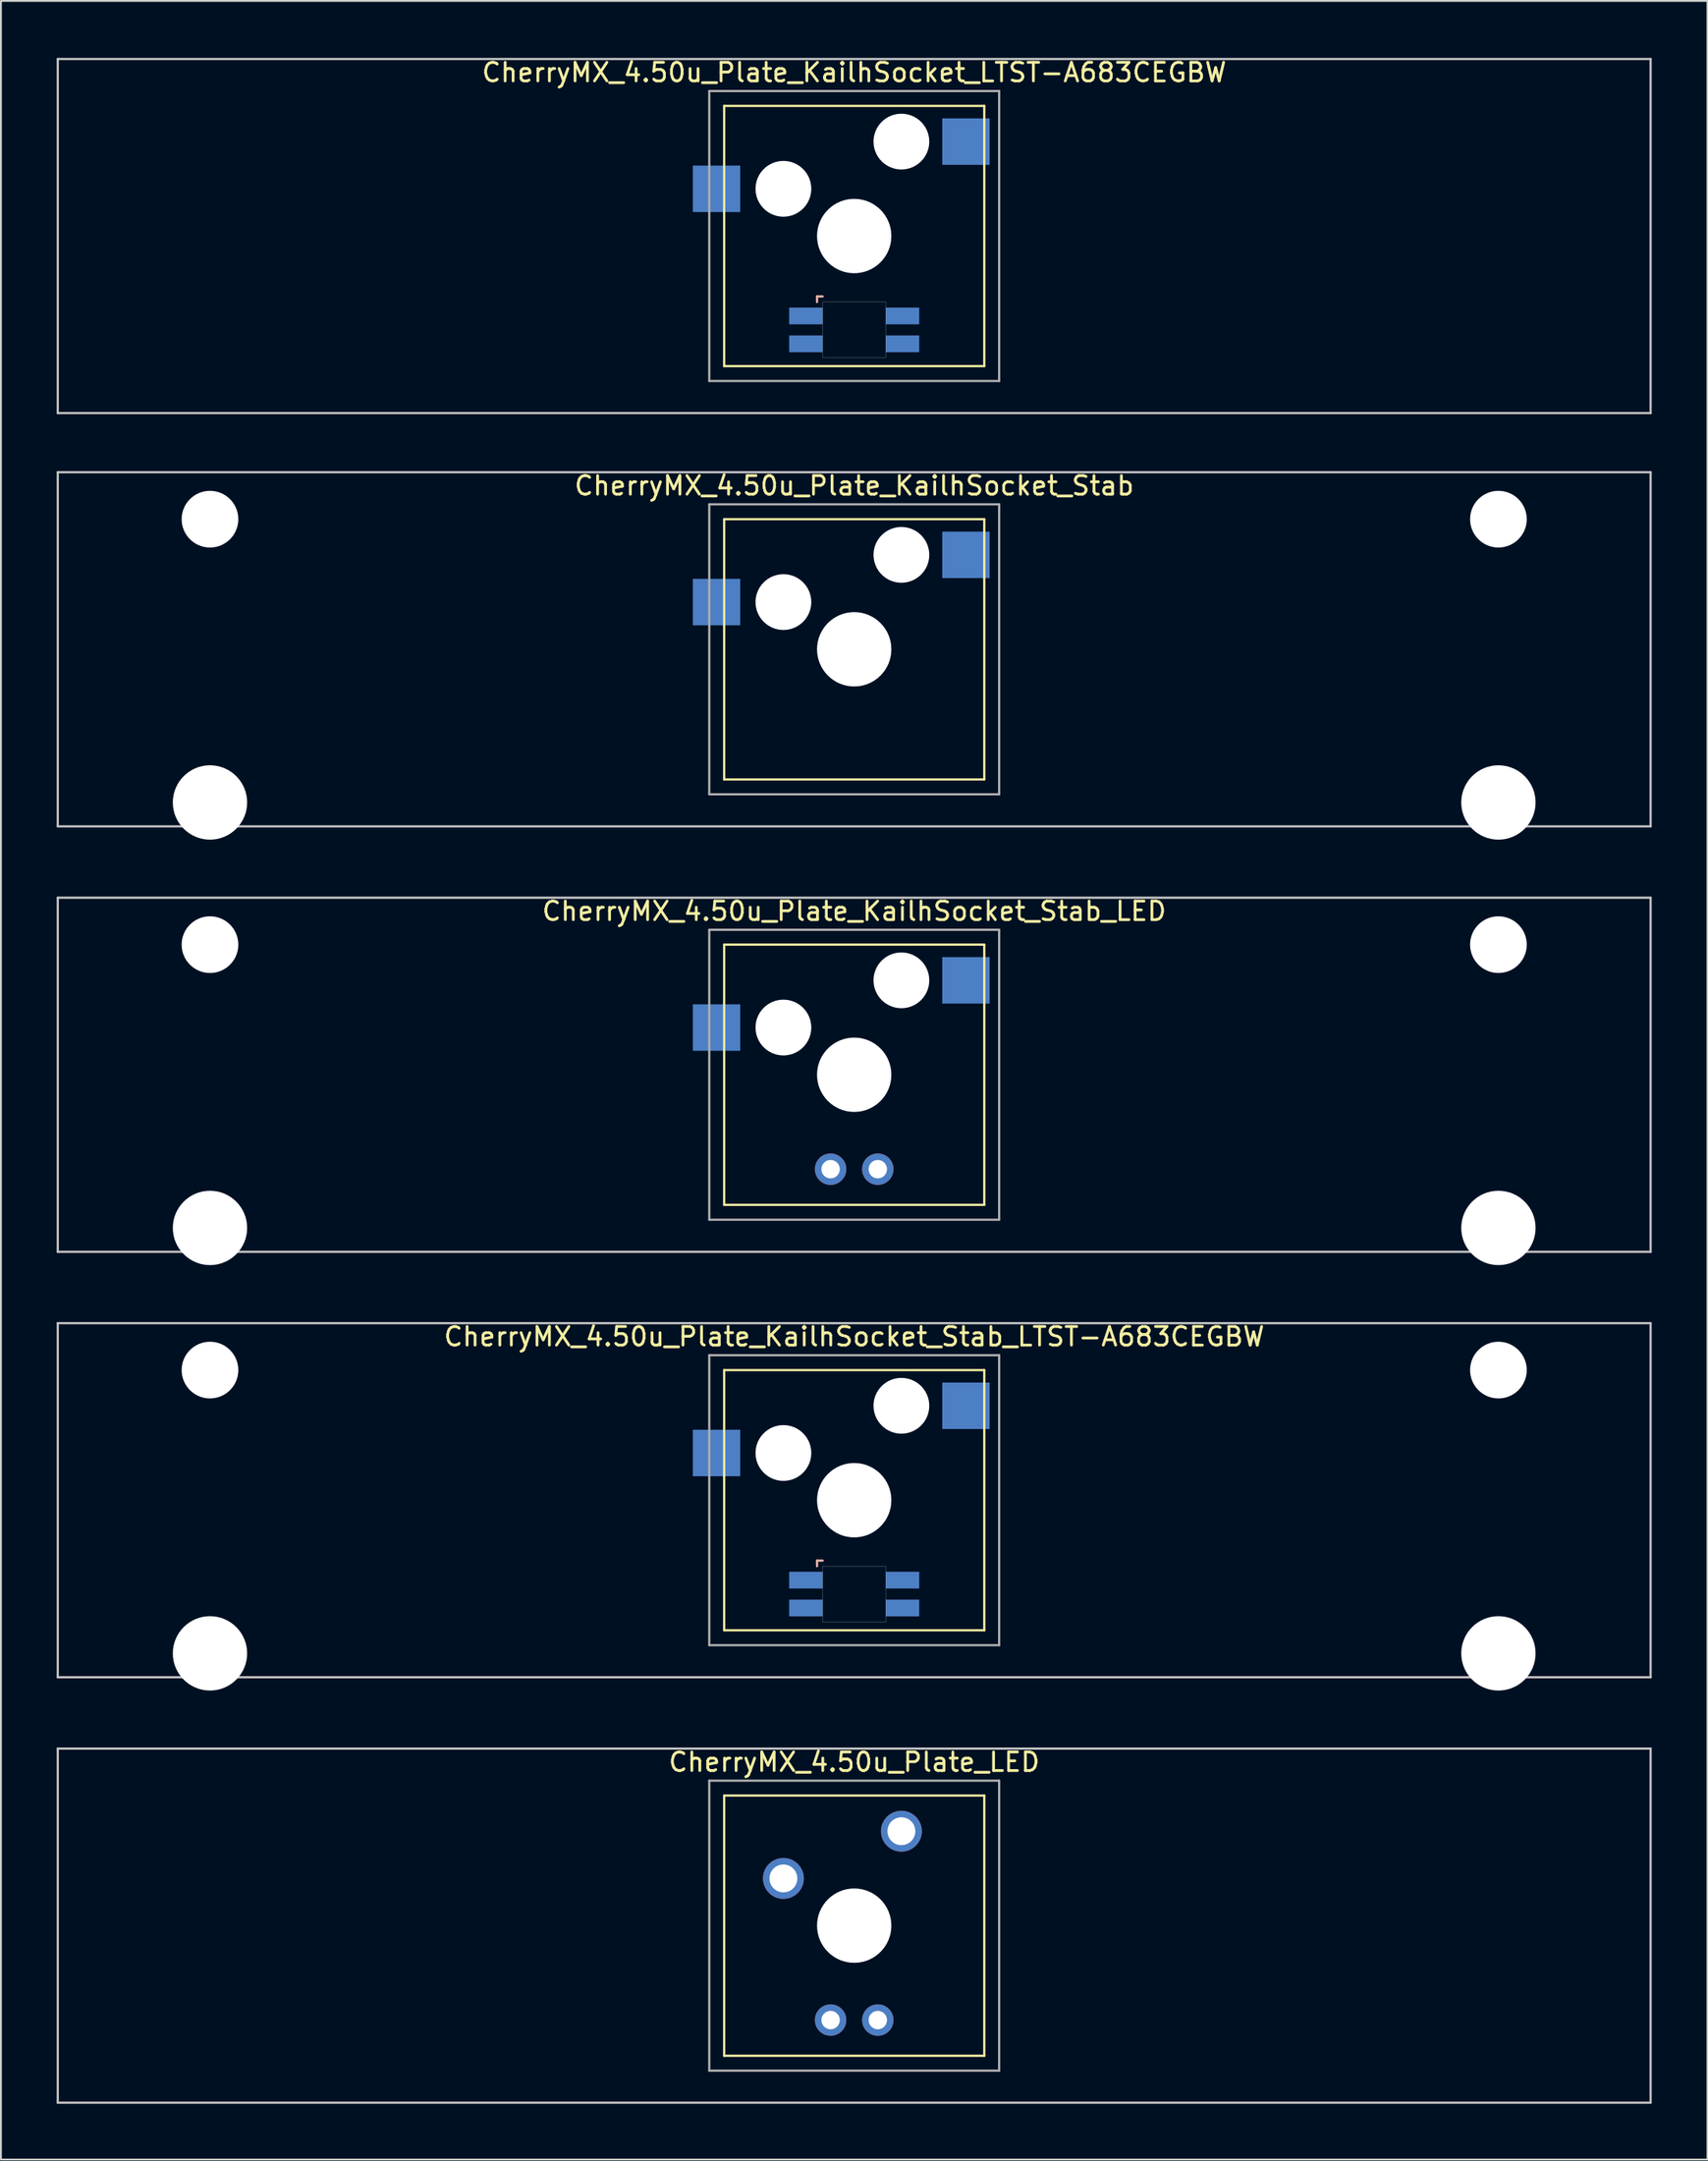
<source format=kicad_pcb>
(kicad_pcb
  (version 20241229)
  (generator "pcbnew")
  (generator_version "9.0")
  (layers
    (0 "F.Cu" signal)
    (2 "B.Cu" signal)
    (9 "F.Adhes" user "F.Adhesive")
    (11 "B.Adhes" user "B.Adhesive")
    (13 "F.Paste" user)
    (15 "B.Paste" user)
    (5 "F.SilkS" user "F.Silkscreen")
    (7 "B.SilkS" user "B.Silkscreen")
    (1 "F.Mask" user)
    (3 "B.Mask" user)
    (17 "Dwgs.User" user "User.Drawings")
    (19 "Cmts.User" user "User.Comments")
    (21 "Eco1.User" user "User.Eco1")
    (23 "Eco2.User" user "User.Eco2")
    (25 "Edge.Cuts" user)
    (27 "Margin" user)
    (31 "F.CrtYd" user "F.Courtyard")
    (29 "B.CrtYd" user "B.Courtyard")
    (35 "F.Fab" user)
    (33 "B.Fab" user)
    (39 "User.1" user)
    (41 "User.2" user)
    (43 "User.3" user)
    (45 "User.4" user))
  (footprint "CherryMX_4.50u_Plate_KailhSocket_Stab_LTST-A683CEGBW"
    (layer "F.Cu")
    (at 42.922 77.658)
    (property "Reference" "CherryMX_4.50u_Plate_KailhSocket_Stab_LTST-A683CEGBW" (at 0 -8.8 0) (layer "F.SilkS") (effects (font (size 1 1) (thickness 0.15))))
    (attr through_hole)
    (fp_line (start -7 -7) (end -7 7) (stroke (width 0.12) (type solid)) (layer "F.SilkS"))
    (fp_line (start -7 -7) (end 7 -7) (stroke (width 0.12) (type solid)) (layer "F.SilkS"))
    (fp_line (start 7 -7) (end 7 7) (stroke (width 0.12) (type solid)) (layer "F.SilkS"))
    (fp_line (start 7 7) (end -7 7) (stroke (width 0.12) (type solid)) (layer "F.SilkS"))
    (fp_line (start -2 3.25) (end -2 3.55) (stroke (width 0.12) (type solid)) (layer "B.SilkS"))
    (fp_line (start -1.7 3.25) (end -2 3.25) (stroke (width 0.12) (type solid)) (layer "B.SilkS"))
    (fp_line (start -42.862 -9.525) (end 42.862 -9.525) (stroke (width 0.12) (type solid)) (layer "Dwgs.User"))
    (fp_line (start -42.862 9.525) (end -42.862 -9.525) (stroke (width 0.12) (type solid)) (layer "Dwgs.User"))
    (fp_line (start 42.862 -9.525) (end 42.862 9.525) (stroke (width 0.12) (type solid)) (layer "Dwgs.User"))
    (fp_line (start 42.862 9.525) (end -42.862 9.525) (stroke (width 0.12) (type solid)) (layer "Dwgs.User"))
    (fp_poly (pts (xy 1.7 6.55) (xy -1.7 6.55) (xy -1.7 3.55) (xy 1.7 3.55)) (stroke (width 0.01) (type solid)) (fill no) (layer "Edge.Cuts"))
    (fp_line (start -7.8 -7.8) (end -7.8 7.8) (stroke (width 0.12) (type solid)) (layer "F.Fab"))
    (fp_line (start -7.8 -7.8) (end 7.8 -7.8) (stroke (width 0.12) (type solid)) (layer "F.Fab"))
    (fp_line (start -7.8 7.8) (end 7.8 7.8) (stroke (width 0.12) (type solid)) (layer "F.Fab"))
    (fp_line (start 7.8 -7.8) (end 7.8 7.8) (stroke (width 0.12) (type solid)) (layer "F.Fab"))
    (pad "" np_thru_hole circle (at -34.671 -7) (size 3.05 3.05) (drill 3.05) (layers "*.Cu" "*.Mask"))
    (pad "" np_thru_hole circle (at -34.671 8.24) (size 4 4) (drill 4) (layers "*.Cu" "*.Mask"))
    (pad "" np_thru_hole circle (at -3.81 -2.54) (size 3 3) (drill 3) (layers "*.Cu" "*.Mask"))
    (pad "" np_thru_hole circle (at 0 0) (size 4 4) (drill 4) (layers "*.Cu" "*.Mask"))
    (pad "" np_thru_hole circle (at 2.54 -5.08) (size 3 3) (drill 3) (layers "*.Cu" "*.Mask"))
    (pad "" np_thru_hole circle (at 34.671 -7) (size 3.05 3.05) (drill 3.05) (layers "*.Cu" "*.Mask"))
    (pad "" np_thru_hole circle (at 34.671 8.24) (size 4 4) (drill 4) (layers "*.Cu" "*.Mask"))
    (pad "1" smd rect (at -7.41 -2.54) (size 2.55 2.5) (layers "B.Cu" "B.Mask" "B.Paste"))
    (pad "2" smd rect (at 6.015 -5.08) (size 2.55 2.5) (layers "B.Cu" "B.Mask" "B.Paste"))
    (pad "3" smd rect (at -2.6 4.3) (size 1.8 0.9) (layers "B.Cu" "B.Mask" "B.Paste"))
    (pad "4" smd rect (at -2.6 5.8) (size 1.8 0.9) (layers "B.Cu" "B.Mask" "B.Paste"))
    (pad "5" smd rect (at 2.6 4.3) (size 1.8 0.9) (layers "B.Cu" "B.Mask" "B.Paste"))
    (pad "6" smd rect (at 2.6 5.8) (size 1.8 0.9) (layers "B.Cu" "B.Mask" "B.Paste")))
  (footprint "CherryMX_4.50u_Plate_LED"
    (layer "F.Cu")
    (at 42.922 100.546)
    (property "Reference" "CherryMX_4.50u_Plate_LED" (at 0 -8.8 0) (layer "F.SilkS") (effects (font (size 1 1) (thickness 0.15))))
    (attr through_hole)
    (fp_line (start -7 -7) (end -7 7) (stroke (width 0.12) (type solid)) (layer "F.SilkS"))
    (fp_line (start -7 -7) (end 7 -7) (stroke (width 0.12) (type solid)) (layer "F.SilkS"))
    (fp_line (start 7 -7) (end 7 7) (stroke (width 0.12) (type solid)) (layer "F.SilkS"))
    (fp_line (start 7 7) (end -7 7) (stroke (width 0.12) (type solid)) (layer "F.SilkS"))
    (fp_line (start -42.862 -9.525) (end 42.862 -9.525) (stroke (width 0.12) (type solid)) (layer "Dwgs.User"))
    (fp_line (start -42.862 9.525) (end -42.862 -9.525) (stroke (width 0.12) (type solid)) (layer "Dwgs.User"))
    (fp_line (start 42.862 -9.525) (end 42.862 9.525) (stroke (width 0.12) (type solid)) (layer "Dwgs.User"))
    (fp_line (start 42.862 9.525) (end -42.862 9.525) (stroke (width 0.12) (type solid)) (layer "Dwgs.User"))
    (fp_line (start -7.8 -7.8) (end -7.8 7.8) (stroke (width 0.12) (type solid)) (layer "F.Fab"))
    (fp_line (start -7.8 -7.8) (end 7.8 -7.8) (stroke (width 0.12) (type solid)) (layer "F.Fab"))
    (fp_line (start -7.8 7.8) (end 7.8 7.8) (stroke (width 0.12) (type solid)) (layer "F.Fab"))
    (fp_line (start 7.8 -7.8) (end 7.8 7.8) (stroke (width 0.12) (type solid)) (layer "F.Fab"))
    (pad "" np_thru_hole circle (at 0 0) (size 4 4) (drill 4) (layers "*.Cu" "*.Mask"))
    (pad "1" thru_hole circle (at -3.81 -2.54) (size 2.2 2.2) (drill 1.5) (layers "*.Cu" "*.Mask"))
    (pad "2" thru_hole circle (at 2.54 -5.08) (size 2.2 2.2) (drill 1.5) (layers "*.Cu" "*.Mask"))
    (pad "3" thru_hole circle (at -1.27 5.08) (size 1.691 1.691) (drill 0.991) (layers "*.Cu" "*.Mask"))
    (pad "4" thru_hole circle (at 1.27 5.08) (size 1.691 1.691) (drill 0.991) (layers "*.Cu" "*.Mask")))
  (footprint "CherryMX_4.50u_Plate_KailhSocket_Stab_LED"
    (layer "F.Cu")
    (at 42.922 54.77)
    (property "Reference" "CherryMX_4.50u_Plate_KailhSocket_Stab_LED" (at 0 -8.8 0) (layer "F.SilkS") (effects (font (size 1 1) (thickness 0.15))))
    (attr through_hole)
    (fp_line (start -7 -7) (end -7 7) (stroke (width 0.12) (type solid)) (layer "F.SilkS"))
    (fp_line (start -7 -7) (end 7 -7) (stroke (width 0.12) (type solid)) (layer "F.SilkS"))
    (fp_line (start 7 -7) (end 7 7) (stroke (width 0.12) (type solid)) (layer "F.SilkS"))
    (fp_line (start 7 7) (end -7 7) (stroke (width 0.12) (type solid)) (layer "F.SilkS"))
    (fp_line (start -42.862 -9.525) (end 42.862 -9.525) (stroke (width 0.12) (type solid)) (layer "Dwgs.User"))
    (fp_line (start -42.862 9.525) (end -42.862 -9.525) (stroke (width 0.12) (type solid)) (layer "Dwgs.User"))
    (fp_line (start 42.862 -9.525) (end 42.862 9.525) (stroke (width 0.12) (type solid)) (layer "Dwgs.User"))
    (fp_line (start 42.862 9.525) (end -42.862 9.525) (stroke (width 0.12) (type solid)) (layer "Dwgs.User"))
    (fp_line (start -7.8 -7.8) (end -7.8 7.8) (stroke (width 0.12) (type solid)) (layer "F.Fab"))
    (fp_line (start -7.8 -7.8) (end 7.8 -7.8) (stroke (width 0.12) (type solid)) (layer "F.Fab"))
    (fp_line (start -7.8 7.8) (end 7.8 7.8) (stroke (width 0.12) (type solid)) (layer "F.Fab"))
    (fp_line (start 7.8 -7.8) (end 7.8 7.8) (stroke (width 0.12) (type solid)) (layer "F.Fab"))
    (pad "" np_thru_hole circle (at -34.671 -7) (size 3.05 3.05) (drill 3.05) (layers "*.Cu" "*.Mask"))
    (pad "" np_thru_hole circle (at -34.671 8.24) (size 4 4) (drill 4) (layers "*.Cu" "*.Mask"))
    (pad "" np_thru_hole circle (at -3.81 -2.54) (size 3 3) (drill 3) (layers "*.Cu" "*.Mask"))
    (pad "" np_thru_hole circle (at 0 0) (size 4 4) (drill 4) (layers "*.Cu" "*.Mask"))
    (pad "" np_thru_hole circle (at 2.54 -5.08) (size 3 3) (drill 3) (layers "*.Cu" "*.Mask"))
    (pad "" np_thru_hole circle (at 34.671 -7) (size 3.05 3.05) (drill 3.05) (layers "*.Cu" "*.Mask"))
    (pad "" np_thru_hole circle (at 34.671 8.24) (size 4 4) (drill 4) (layers "*.Cu" "*.Mask"))
    (pad "1" smd rect (at -7.41 -2.54) (size 2.55 2.5) (layers "B.Cu" "B.Mask" "B.Paste"))
    (pad "2" smd rect (at 6.015 -5.08) (size 2.55 2.5) (layers "B.Cu" "B.Mask" "B.Paste"))
    (pad "3" thru_hole circle (at -1.27 5.08) (size 1.691 1.691) (drill 0.991) (layers "*.Cu" "*.Mask"))
    (pad "4" thru_hole circle (at 1.27 5.08) (size 1.691 1.691) (drill 0.991) (layers "*.Cu" "*.Mask")))
  (footprint "CherryMX_4.50u_Plate_KailhSocket_LTST-A683CEGBW"
    (layer "F.Cu")
    (at 42.922 9.648)
    (property "Reference" "CherryMX_4.50u_Plate_KailhSocket_LTST-A683CEGBW" (at 0 -8.8 0) (layer "F.SilkS") (effects (font (size 1 1) (thickness 0.15))))
    (attr through_hole)
    (fp_line (start -7 -7) (end -7 7) (stroke (width 0.12) (type solid)) (layer "F.SilkS"))
    (fp_line (start -7 -7) (end 7 -7) (stroke (width 0.12) (type solid)) (layer "F.SilkS"))
    (fp_line (start 7 -7) (end 7 7) (stroke (width 0.12) (type solid)) (layer "F.SilkS"))
    (fp_line (start 7 7) (end -7 7) (stroke (width 0.12) (type solid)) (layer "F.SilkS"))
    (fp_line (start -2 3.25) (end -2 3.55) (stroke (width 0.12) (type solid)) (layer "B.SilkS"))
    (fp_line (start -1.7 3.25) (end -2 3.25) (stroke (width 0.12) (type solid)) (layer "B.SilkS"))
    (fp_line (start -42.862 -9.525) (end 42.862 -9.525) (stroke (width 0.12) (type solid)) (layer "Dwgs.User"))
    (fp_line (start -42.862 9.525) (end -42.862 -9.525) (stroke (width 0.12) (type solid)) (layer "Dwgs.User"))
    (fp_line (start 42.862 -9.525) (end 42.862 9.525) (stroke (width 0.12) (type solid)) (layer "Dwgs.User"))
    (fp_line (start 42.862 9.525) (end -42.862 9.525) (stroke (width 0.12) (type solid)) (layer "Dwgs.User"))
    (fp_poly (pts (xy 1.7 6.55) (xy -1.7 6.55) (xy -1.7 3.55) (xy 1.7 3.55)) (stroke (width 0.01) (type solid)) (fill no) (layer "Edge.Cuts"))
    (fp_line (start -7.8 -7.8) (end -7.8 7.8) (stroke (width 0.12) (type solid)) (layer "F.Fab"))
    (fp_line (start -7.8 -7.8) (end 7.8 -7.8) (stroke (width 0.12) (type solid)) (layer "F.Fab"))
    (fp_line (start -7.8 7.8) (end 7.8 7.8) (stroke (width 0.12) (type solid)) (layer "F.Fab"))
    (fp_line (start 7.8 -7.8) (end 7.8 7.8) (stroke (width 0.12) (type solid)) (layer "F.Fab"))
    (pad "" np_thru_hole circle (at -3.81 -2.54) (size 3 3) (drill 3) (layers "*.Cu" "*.Mask"))
    (pad "" np_thru_hole circle (at 0 0) (size 4 4) (drill 4) (layers "*.Cu" "*.Mask"))
    (pad "" np_thru_hole circle (at 2.54 -5.08) (size 3 3) (drill 3) (layers "*.Cu" "*.Mask"))
    (pad "1" smd rect (at -7.41 -2.54) (size 2.55 2.5) (layers "B.Cu" "B.Mask" "B.Paste"))
    (pad "2" smd rect (at 6.015 -5.08) (size 2.55 2.5) (layers "B.Cu" "B.Mask" "B.Paste"))
    (pad "3" smd rect (at -2.6 4.3) (size 1.8 0.9) (layers "B.Cu" "B.Mask" "B.Paste"))
    (pad "4" smd rect (at -2.6 5.8) (size 1.8 0.9) (layers "B.Cu" "B.Mask" "B.Paste"))
    (pad "5" smd rect (at 2.6 4.3) (size 1.8 0.9) (layers "B.Cu" "B.Mask" "B.Paste"))
    (pad "6" smd rect (at 2.6 5.8) (size 1.8 0.9) (layers "B.Cu" "B.Mask" "B.Paste")))
  (footprint "CherryMX_4.50u_Plate_KailhSocket_Stab"
    (layer "F.Cu")
    (at 42.922 31.881)
    (property "Reference" "CherryMX_4.50u_Plate_KailhSocket_Stab" (at 0 -8.8 0) (layer "F.SilkS") (effects (font (size 1 1) (thickness 0.15))))
    (attr through_hole)
    (fp_line (start -7 -7) (end -7 7) (stroke (width 0.12) (type solid)) (layer "F.SilkS"))
    (fp_line (start -7 -7) (end 7 -7) (stroke (width 0.12) (type solid)) (layer "F.SilkS"))
    (fp_line (start 7 -7) (end 7 7) (stroke (width 0.12) (type solid)) (layer "F.SilkS"))
    (fp_line (start 7 7) (end -7 7) (stroke (width 0.12) (type solid)) (layer "F.SilkS"))
    (fp_line (start -42.862 -9.525) (end 42.862 -9.525) (stroke (width 0.12) (type solid)) (layer "Dwgs.User"))
    (fp_line (start -42.862 9.525) (end -42.862 -9.525) (stroke (width 0.12) (type solid)) (layer "Dwgs.User"))
    (fp_line (start 42.862 -9.525) (end 42.862 9.525) (stroke (width 0.12) (type solid)) (layer "Dwgs.User"))
    (fp_line (start 42.862 9.525) (end -42.862 9.525) (stroke (width 0.12) (type solid)) (layer "Dwgs.User"))
    (fp_line (start -7.8 -7.8) (end -7.8 7.8) (stroke (width 0.12) (type solid)) (layer "F.Fab"))
    (fp_line (start -7.8 -7.8) (end 7.8 -7.8) (stroke (width 0.12) (type solid)) (layer "F.Fab"))
    (fp_line (start -7.8 7.8) (end 7.8 7.8) (stroke (width 0.12) (type solid)) (layer "F.Fab"))
    (fp_line (start 7.8 -7.8) (end 7.8 7.8) (stroke (width 0.12) (type solid)) (layer "F.Fab"))
    (pad "" np_thru_hole circle (at -34.671 -7) (size 3.05 3.05) (drill 3.05) (layers "*.Cu" "*.Mask"))
    (pad "" np_thru_hole circle (at -34.671 8.24) (size 4 4) (drill 4) (layers "*.Cu" "*.Mask"))
    (pad "" np_thru_hole circle (at -3.81 -2.54) (size 3 3) (drill 3) (layers "*.Cu" "*.Mask"))
    (pad "" np_thru_hole circle (at 0 0) (size 4 4) (drill 4) (layers "*.Cu" "*.Mask"))
    (pad "" np_thru_hole circle (at 2.54 -5.08) (size 3 3) (drill 3) (layers "*.Cu" "*.Mask"))
    (pad "" np_thru_hole circle (at 34.671 -7) (size 3.05 3.05) (drill 3.05) (layers "*.Cu" "*.Mask"))
    (pad "" np_thru_hole circle (at 34.671 8.24) (size 4 4) (drill 4) (layers "*.Cu" "*.Mask"))
    (pad "1" smd rect (at -7.41 -2.54) (size 2.55 2.5) (layers "B.Cu" "B.Mask" "B.Paste"))
    (pad "2" smd rect (at 6.015 -5.08) (size 2.55 2.5) (layers "B.Cu" "B.Mask" "B.Paste")))
  (gr_rect
    (start -3 -3)
    (end 88.845 113.131)
    (stroke (width 0.1) (type default))
    (fill no)
    (layer "Edge.Cuts")))
</source>
